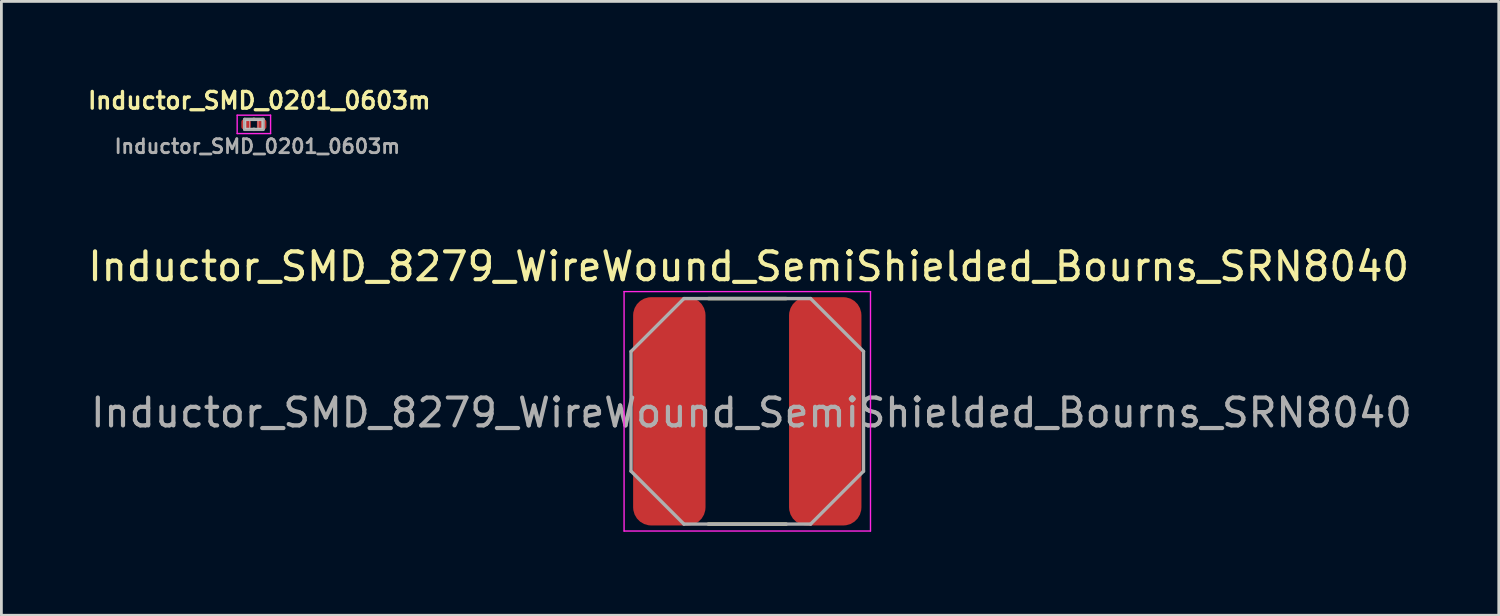
<source format=kicad_pcb>
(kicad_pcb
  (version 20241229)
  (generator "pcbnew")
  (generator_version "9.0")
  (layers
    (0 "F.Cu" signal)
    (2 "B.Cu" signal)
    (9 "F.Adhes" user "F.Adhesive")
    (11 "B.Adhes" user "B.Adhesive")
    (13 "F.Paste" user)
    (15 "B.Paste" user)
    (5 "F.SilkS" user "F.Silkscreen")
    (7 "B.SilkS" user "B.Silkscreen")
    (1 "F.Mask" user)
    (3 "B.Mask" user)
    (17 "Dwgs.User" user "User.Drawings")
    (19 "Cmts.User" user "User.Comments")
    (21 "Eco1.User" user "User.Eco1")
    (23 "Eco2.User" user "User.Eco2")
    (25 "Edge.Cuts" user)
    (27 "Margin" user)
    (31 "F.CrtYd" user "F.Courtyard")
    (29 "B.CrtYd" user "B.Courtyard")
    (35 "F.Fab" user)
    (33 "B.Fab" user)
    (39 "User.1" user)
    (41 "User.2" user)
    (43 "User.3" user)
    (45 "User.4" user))
  (footprint "Inductor_SMD_0201_0603m"
    (layer "F.Cu")
    (at 6.068 1.417)
    (property "Reference" "Inductor_SMD_0201_0603m" (at 0.195 -0.855 0) (layer "F.SilkS") (effects (font (size 0.6 0.6) (thickness 0.12))))
    (attr smd)
    (fp_line (start -0.01 -0.18) (end 0.01 -0.18) (stroke (width 0.12) (type solid)) (layer "F.SilkS"))
    (fp_line (start -0.01 0.18) (end 0.01 0.18) (stroke (width 0.12) (type solid)) (layer "F.SilkS"))
    (fp_line (start -0.3 -0.15) (end -0.15 -0.15) (stroke (width 0.025) (type solid)) (layer "Dwgs.User"))
    (fp_line (start -0.3 -0.15) (end 0.3 -0.15) (stroke (width 0.025) (type solid)) (layer "Dwgs.User"))
    (fp_line (start -0.3 0.15) (end -0.3 -0.15) (stroke (width 0.025) (type solid)) (layer "Dwgs.User"))
    (fp_line (start -0.3 0.15) (end -0.3 -0.15) (stroke (width 0.025) (type solid)) (layer "Dwgs.User"))
    (fp_line (start -0.15 -0.15) (end -0.15 0.15) (stroke (width 0.025) (type solid)) (layer "Dwgs.User"))
    (fp_line (start -0.15 0.15) (end -0.3 0.15) (stroke (width 0.025) (type solid)) (layer "Dwgs.User"))
    (fp_line (start 0.15 -0.15) (end 0.3 -0.15) (stroke (width 0.025) (type solid)) (layer "Dwgs.User"))
    (fp_line (start 0.15 0.15) (end 0.15 -0.15) (stroke (width 0.025) (type solid)) (layer "Dwgs.User"))
    (fp_line (start 0.3 -0.15) (end 0.3 0.15) (stroke (width 0.025) (type solid)) (layer "Dwgs.User"))
    (fp_line (start 0.3 -0.15) (end 0.3 0.15) (stroke (width 0.025) (type solid)) (layer "Dwgs.User"))
    (fp_line (start 0.3 0.15) (end -0.3 0.15) (stroke (width 0.025) (type solid)) (layer "Dwgs.User"))
    (fp_line (start 0.3 0.15) (end 0.15 0.15) (stroke (width 0.025) (type solid)) (layer "Dwgs.User"))
    (fp_line (start -0.6 -0.33) (end 0.6 -0.33) (stroke (width 0.05) (type solid)) (layer "F.CrtYd"))
    (fp_line (start -0.6 0.33) (end -0.6 -0.33) (stroke (width 0.05) (type solid)) (layer "F.CrtYd"))
    (fp_line (start 0.6 -0.33) (end 0.6 0.33) (stroke (width 0.05) (type solid)) (layer "F.CrtYd"))
    (fp_line (start 0.6 0.33) (end -0.6 0.33) (stroke (width 0.05) (type solid)) (layer "F.CrtYd"))
    (fp_line (start -0.33 -0.18) (end 0.33 -0.18) (stroke (width 0.12) (type solid)) (layer "F.Fab"))
    (fp_line (start -0.33 0.18) (end -0.33 -0.18) (stroke (width 0.12) (type solid)) (layer "F.Fab"))
    (fp_line (start 0.33 -0.18) (end 0.33 0.18) (stroke (width 0.12) (type solid)) (layer "F.Fab"))
    (fp_line (start 0.33 0.18) (end -0.33 0.18) (stroke (width 0.12) (type solid)) (layer "F.Fab"))
    (fp_text user "${REFERENCE}" (at 0.125 0.79 0) (layer "F.Fab") (effects (font (size 0.5 0.5) (thickness 0.1))))
    (pad "1" smd roundrect (at -0.28 0) (size 0.34 0.36) (layers "F.Cu" "F.Mask" "F.Paste") (roundrect_rratio 0.265))
    (pad "2" smd roundrect (at 0.28 0) (size 0.34 0.36) (layers "F.Cu" "F.Mask" "F.Paste") (roundrect_rratio 0.265)))
  (footprint "Inductor_SMD_8279_WireWound_SemiShielded_Bourns_SRN8040"
    (layer "F.Cu")
    (at 23.789 11.723)
    (property "Reference" "Inductor_SMD_8279_WireWound_SemiShielded_Bourns_SRN8040" (at 0.05 -5.2 0) (unlocked yes) (layer "F.SilkS") (effects (font (size 1 1) (thickness 0.15))))
    (attr smd)
    (fp_line (start -1.4 -4.05) (end 1.4 -4.05) (stroke (width 0.12) (type solid)) (layer "F.SilkS"))
    (fp_line (start -1.4 4.05) (end 1.4 4.05) (stroke (width 0.12) (type solid)) (layer "F.SilkS"))
    (fp_line (start -4.425 -4.3) (end 4.425 -4.3) (stroke (width 0.05) (type solid)) (layer "F.CrtYd"))
    (fp_line (start -4.425 4.3) (end -4.425 -4.3) (stroke (width 0.05) (type solid)) (layer "F.CrtYd"))
    (fp_line (start 4.425 -4.3) (end 4.425 4.3) (stroke (width 0.05) (type solid)) (layer "F.CrtYd"))
    (fp_line (start 4.425 4.3) (end -4.425 4.3) (stroke (width 0.05) (type solid)) (layer "F.CrtYd"))
    (fp_line (start -4.175 -2.15) (end -2.275 -4.05) (stroke (width 0.12) (type solid)) (layer "F.Fab"))
    (fp_line (start -4.175 2.15) (end -4.175 -2.15) (stroke (width 0.12) (type solid)) (layer "F.Fab"))
    (fp_line (start -2.275 -4.05) (end 2.275 -4.05) (stroke (width 0.12) (type solid)) (layer "F.Fab"))
    (fp_line (start -2.275 4.05) (end -4.175 2.15) (stroke (width 0.12) (type solid)) (layer "F.Fab"))
    (fp_line (start 2.275 -4.05) (end 4.175 -2.15) (stroke (width 0.12) (type solid)) (layer "F.Fab"))
    (fp_line (start 2.275 4.05) (end -2.275 4.05) (stroke (width 0.12) (type solid)) (layer "F.Fab"))
    (fp_line (start 2.275 4.05) (end 4.175 2.15) (stroke (width 0.12) (type solid)) (layer "F.Fab"))
    (fp_line (start 4.175 -2.15) (end 4.175 2.15) (stroke (width 0.12) (type solid)) (layer "F.Fab"))
    (fp_text user "${REFERENCE}" (at 0.15 0.05 180) (layer "F.Fab") (effects (font (size 1 1) (thickness 0.15))))
    (pad "1" smd roundrect (at -2.8 0 270) (size 8.2 2.6) (layers "F.Cu" "F.Mask" "F.Paste") (roundrect_rratio 0.25))
    (pad "2" smd roundrect (at 2.8 0 270) (size 8.2 2.6) (layers "F.Cu" "F.Mask" "F.Paste") (roundrect_rratio 0.25)))
  (gr_rect
    (start -3 -3)
    (end 50.779 19.048)
    (stroke (width 0.1) (type default))
    (fill no)
    (layer "Edge.Cuts")))
</source>
